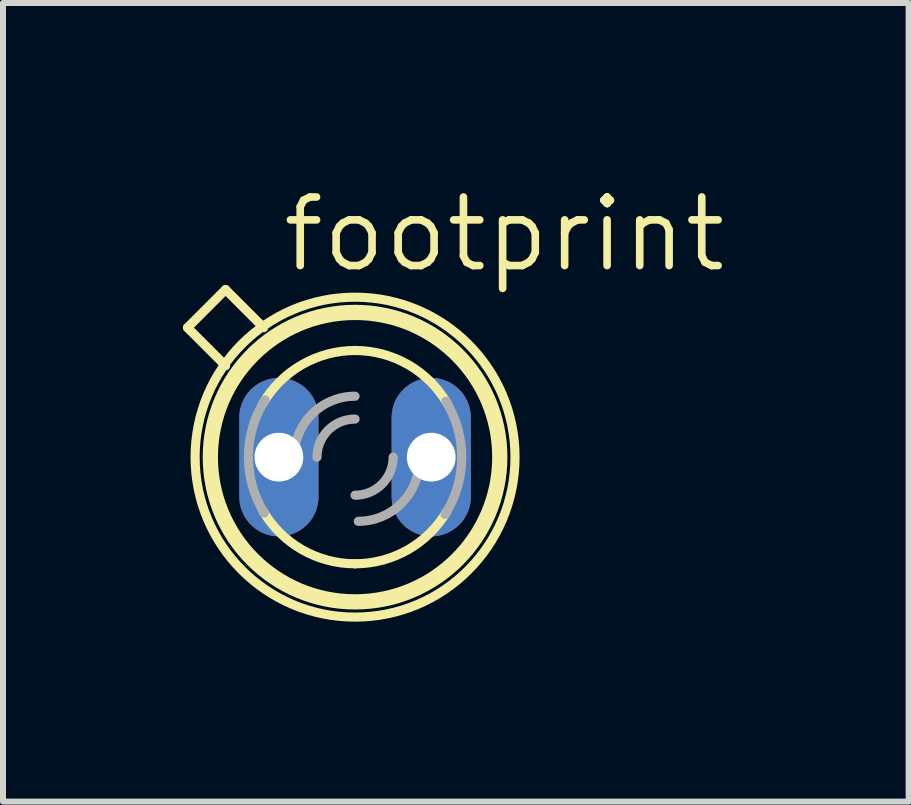
<source format=kicad_pcb>
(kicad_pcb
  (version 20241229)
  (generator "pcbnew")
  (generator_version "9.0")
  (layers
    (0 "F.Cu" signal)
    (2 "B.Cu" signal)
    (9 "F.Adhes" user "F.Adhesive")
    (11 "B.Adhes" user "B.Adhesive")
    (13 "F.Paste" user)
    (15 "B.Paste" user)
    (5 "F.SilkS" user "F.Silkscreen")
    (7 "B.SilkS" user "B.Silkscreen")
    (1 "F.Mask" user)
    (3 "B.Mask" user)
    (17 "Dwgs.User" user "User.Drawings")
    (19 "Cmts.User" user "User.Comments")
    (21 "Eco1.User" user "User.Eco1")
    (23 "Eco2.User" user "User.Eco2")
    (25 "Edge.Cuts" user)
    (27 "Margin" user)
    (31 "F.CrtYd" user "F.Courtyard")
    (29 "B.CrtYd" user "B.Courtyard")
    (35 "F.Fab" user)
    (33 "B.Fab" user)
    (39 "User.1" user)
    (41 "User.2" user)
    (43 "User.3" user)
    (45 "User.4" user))
  (footprint "footprint"
    (layer "F.Cu")
    (at 2.87 4.572)
    (property "Reference" "footprint" (at -1.27 -3.048 0) (layer "F.SilkS") (effects (font (size 1.143 1.143) (thickness 0.127)) (justify left bottom)))
    (fp_line (start -2.794 -2.159) (end -2.159 -2.794) (stroke (width 0.152) (type solid)) (layer "F.SilkS"))
    (fp_line (start -2.159 -1.524) (end -2.794 -2.159) (stroke (width 0.152) (type solid)) (layer "F.SilkS"))
    (fp_line (start -1.524 -2.159) (end -2.159 -2.794) (stroke (width 0.152) (type solid)) (layer "F.SilkS"))
    (fp_arc (start -1.5358 -0.8959) (mid -0.88555 -1.541787) (end 0 -1.778) (stroke (width 0.1524) (type solid)) (layer "F.SilkS"))
    (fp_arc (start 0 -1.778) (mid 0.88555 -1.541786) (end 1.5358 -0.8959) (stroke (width 0.1524) (type solid)) (layer "F.SilkS"))
    (fp_arc (start 0 1.778) (mid -0.88555 1.541786) (end -1.5358 0.8959) (stroke (width 0.1524) (type solid)) (layer "F.SilkS"))
    (fp_arc (start 1.5358 0.8959) (mid 0.88555 1.541787) (end 0 1.778) (stroke (width 0.1524) (type solid)) (layer "F.SilkS"))
    (fp_circle (center 0 0) (end 2.413 0) (stroke (width 0.254) (type solid)) (fill no) (layer "F.SilkS"))
    (fp_circle (center 0 0) (end 2.667 0) (stroke (width 0.152) (type solid)) (fill no) (layer "F.SilkS"))
    (fp_arc (start -1.778 0) (mid -1.707084 -0.497127) (end -1.500001 -0.9546) (stroke (width 0.1524) (type solid)) (layer "F.Fab"))
    (fp_arc (start -1.5142 0.9318) (mid -1.710762 0.484206) (end -1.778 0) (stroke (width 0.1524) (type solid)) (layer "F.Fab"))
    (fp_arc (start -1.016 0) (mid -0.71842 -0.71842) (end 0 -1.016) (stroke (width 0.1524) (type solid)) (layer "F.Fab"))
    (fp_arc (start -0.635 0) (mid -0.449013 -0.449013) (end 0 -0.635) (stroke (width 0.1524) (type solid)) (layer "F.Fab"))
    (fp_arc (start 0.635 0) (mid 0.449013 0.449013) (end 0 0.635) (stroke (width 0.1524) (type solid)) (layer "F.Fab"))
    (fp_arc (start 1.0699 0.053898) (mid 0.772321 0.772319) (end 0.0539 1.0699) (stroke (width 0.1524) (type solid)) (layer "F.Fab"))
    (fp_arc (start 1.5142 -0.9318) (mid 1.710762 -0.484206) (end 1.778 0) (stroke (width 0.1524) (type solid)) (layer "F.Fab"))
    (fp_arc (start 1.777999 0) (mid 1.707083 0.497127) (end 1.5 0.9546) (stroke (width 0.1524) (type solid)) (layer "F.Fab"))
    (pad "A" thru_hole oval (at -1.27 0 90) (size 2.642 1.321) (drill 0.813) (layers "*.Cu" "*.Mask"))
    (pad "K" thru_hole oval (at 1.27 0 90) (size 2.642 1.321) (drill 0.813) (layers "*.Cu" "*.Mask")))
  (gr_rect
    (start -3 -3)
    (end 12.1 10.315)
    (stroke (width 0.1) (type default))
    (fill no)
    (layer "Edge.Cuts")))
</source>
